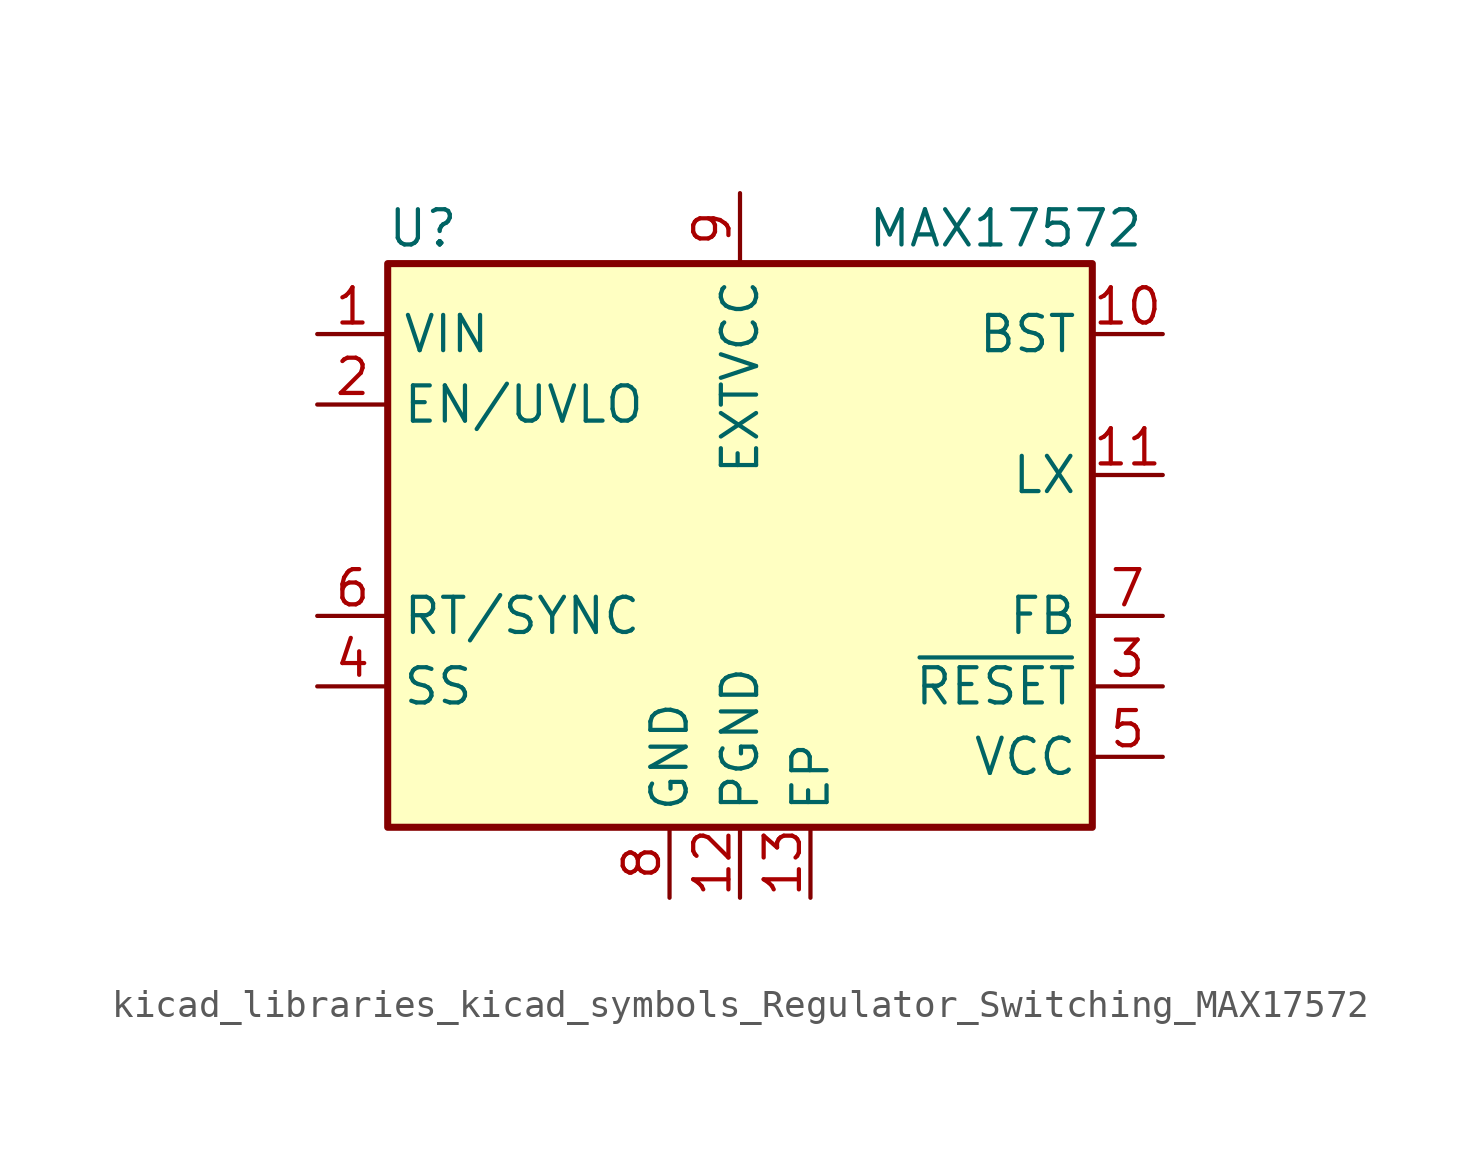
<source format=kicad_sym>
(kicad_symbol_lib
  (version 20220914)
  (generator kicad_symbol_editor)
  (symbol "kicad_libraries_kicad_symbols_Regulator_Switching_MAX17572"
    (property "Reference" "U"
      (at -11.43 11.43 0)
      (effects (font (size 1.27 1.27))))
    (property "Value" "MAX17572"
      (at 4.572 11.43 0)
      (effects (font (size 1.27 1.27)) (justify left)))
    (symbol "kicad_libraries_kicad_symbols_Regulator_Switching_MAX17572_0_1"
      (rectangle (start -12.7 10.16) (end 12.7 -10.16) (stroke (width 0.254) (type default)) (fill (type background))))
    (symbol "kicad_libraries_kicad_symbols_Regulator_Switching_MAX17572_1_1"
      (pin power_in line (at -15.24 7.62 0) (length 2.54) (name "VIN" (effects (font (size 1.27 1.27)))) (number "1" (effects (font (size 1.27 1.27)))))
      (pin passive line (at 15.24 7.62 180) (length 2.54) (name "BST" (effects (font (size 1.27 1.27)))) (number "10" (effects (font (size 1.27 1.27)))))
      (pin power_out line (at 15.24 2.54 180) (length 2.54) (name "LX" (effects (font (size 1.27 1.27)))) (number "11" (effects (font (size 1.27 1.27)))))
      (pin power_in line (at 0 -12.7 90) (length 2.54) (name "PGND" (effects (font (size 1.27 1.27)))) (number "12" (effects (font (size 1.27 1.27)))))
      (pin power_in line (at 2.54 -12.7 90) (length 2.54) (name "EP" (effects (font (size 1.27 1.27)))) (number "13" (effects (font (size 1.27 1.27)))))
      (pin input line (at -15.24 5.08 0) (length 2.54) (name "EN/UVLO" (effects (font (size 1.27 1.27)))) (number "2" (effects (font (size 1.27 1.27)))))
      (pin open_collector line (at 15.24 -5.08 180) (length 2.54) (name "~{RESET}" (effects (font (size 1.27 1.27)))) (number "3" (effects (font (size 1.27 1.27)))))
      (pin passive line (at -15.24 -5.08 0) (length 2.54) (name "SS" (effects (font (size 1.27 1.27)))) (number "4" (effects (font (size 1.27 1.27)))))
      (pin power_out line (at 15.24 -7.62 180) (length 2.54) (name "VCC" (effects (font (size 1.27 1.27)))) (number "5" (effects (font (size 1.27 1.27)))))
      (pin input line (at -15.24 -2.54 0) (length 2.54) (name "RT/SYNC" (effects (font (size 1.27 1.27)))) (number "6" (effects (font (size 1.27 1.27)))))
      (pin input line (at 15.24 -2.54 180) (length 2.54) (name "FB" (effects (font (size 1.27 1.27)))) (number "7" (effects (font (size 1.27 1.27)))))
      (pin power_in line (at -2.54 -12.7 90) (length 2.54) (name "GND" (effects (font (size 1.27 1.27)))) (number "8" (effects (font (size 1.27 1.27)))))
      (pin power_in line (at 0 12.7 270) (length 2.54) (name "EXTVCC" (effects (font (size 1.27 1.27)))) (number "9" (effects (font (size 1.27 1.27))))))))
</source>
